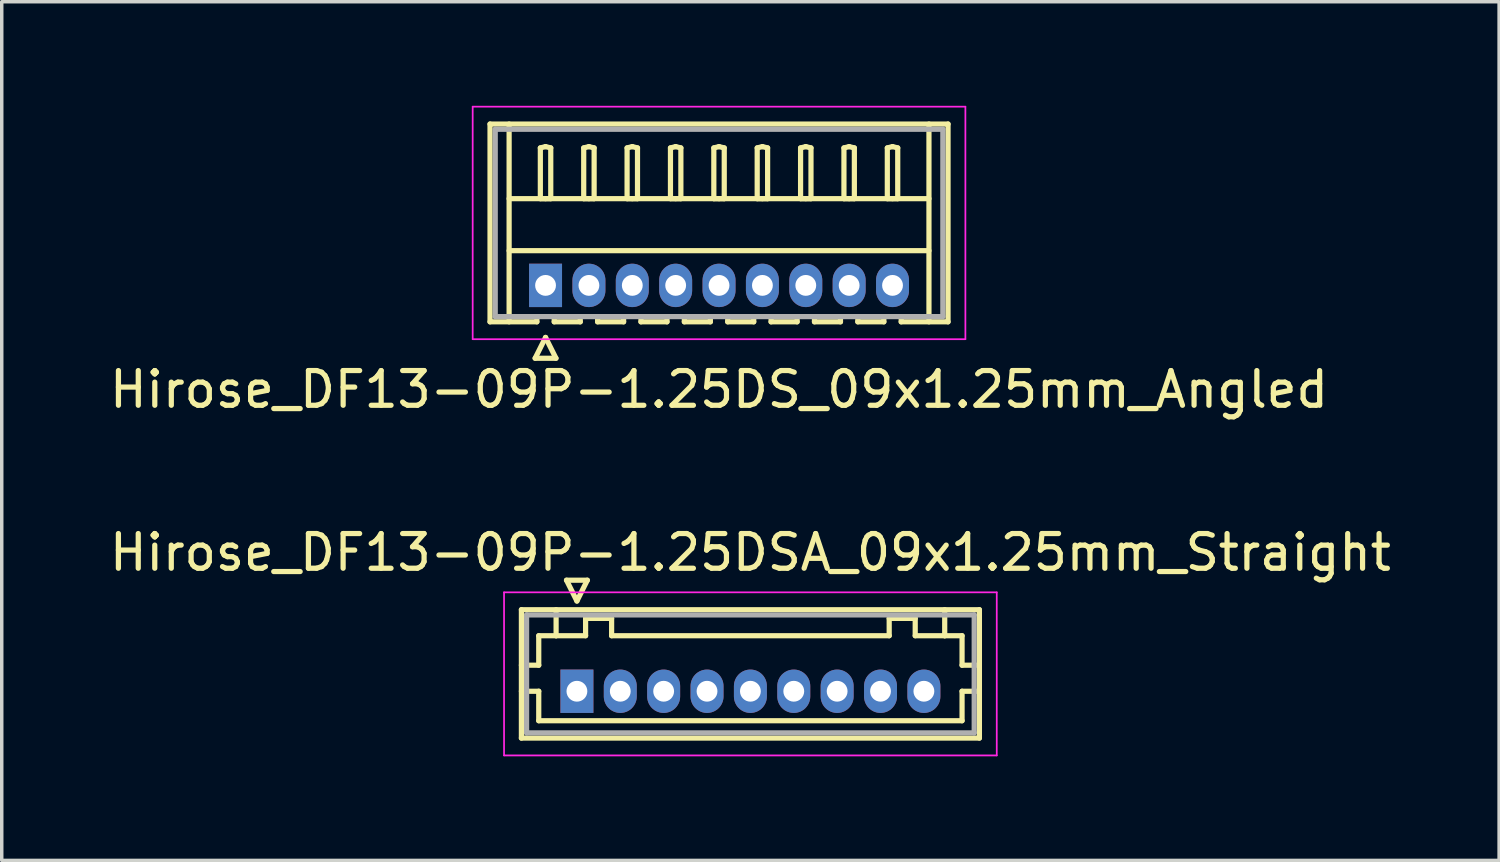
<source format=kicad_pcb>
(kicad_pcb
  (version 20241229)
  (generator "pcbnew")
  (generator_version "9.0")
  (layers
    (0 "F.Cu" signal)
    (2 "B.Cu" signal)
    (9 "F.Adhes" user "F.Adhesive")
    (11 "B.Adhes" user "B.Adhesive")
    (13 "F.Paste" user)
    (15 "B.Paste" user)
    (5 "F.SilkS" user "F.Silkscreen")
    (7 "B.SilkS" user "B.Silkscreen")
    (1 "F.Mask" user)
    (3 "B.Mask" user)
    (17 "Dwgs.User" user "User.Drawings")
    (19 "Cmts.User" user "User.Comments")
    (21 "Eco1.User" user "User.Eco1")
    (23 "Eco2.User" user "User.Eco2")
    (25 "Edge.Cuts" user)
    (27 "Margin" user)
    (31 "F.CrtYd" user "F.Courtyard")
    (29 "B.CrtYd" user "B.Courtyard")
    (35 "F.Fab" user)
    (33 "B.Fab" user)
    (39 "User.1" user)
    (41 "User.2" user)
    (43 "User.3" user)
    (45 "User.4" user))
  (footprint "Hirose_DF13-09P-1.25DS_09x1.25mm_Angled"
    (layer "F.Cu")
    (at 12.673 5.175)
    (property "Reference" "Hirose_DF13-09P-1.25DS_09x1.25mm_Angled" (at 5 3 0) (layer "F.SilkS") (effects (font (size 1 1) (thickness 0.15))))
    (attr through_hole)
    (fp_line (start -1.6 -4.65) (end 11.6 -4.65) (stroke (width 0.15) (type solid)) (layer "F.SilkS"))
    (fp_line (start -1.6 1.05) (end -1.6 -4.65) (stroke (width 0.15) (type solid)) (layer "F.SilkS"))
    (fp_line (start -1.05 -4.65) (end -1.05 1.05) (stroke (width 0.15) (type solid)) (layer "F.SilkS"))
    (fp_line (start -1.05 -2.5) (end 11.05 -2.5) (stroke (width 0.15) (type solid)) (layer "F.SilkS"))
    (fp_line (start -1.05 -1) (end 11.05 -1) (stroke (width 0.15) (type solid)) (layer "F.SilkS"))
    (fp_line (start -0.3 2.1) (end 0.3 2.1) (stroke (width 0.15) (type solid)) (layer "F.SilkS"))
    (fp_line (start -0.25 0.9) (end -0.25 1.05) (stroke (width 0.15) (type solid)) (layer "F.SilkS"))
    (fp_line (start -0.25 1.05) (end -1.6 1.05) (stroke (width 0.15) (type solid)) (layer "F.SilkS"))
    (fp_line (start -0.15 -3.962) (end 0 -4) (stroke (width 0.15) (type solid)) (layer "F.SilkS"))
    (fp_line (start -0.15 -2.5) (end -0.15 -3.962) (stroke (width 0.15) (type solid)) (layer "F.SilkS"))
    (fp_line (start 0 -4) (end 0.15 -3.962) (stroke (width 0.15) (type solid)) (layer "F.SilkS"))
    (fp_line (start 0 -2.5) (end -0.15 -2.5) (stroke (width 0.15) (type solid)) (layer "F.SilkS"))
    (fp_line (start 0 1.5) (end -0.3 2.1) (stroke (width 0.15) (type solid)) (layer "F.SilkS"))
    (fp_line (start 0.15 -3.962) (end 0.15 -2.5) (stroke (width 0.15) (type solid)) (layer "F.SilkS"))
    (fp_line (start 0.15 -2.5) (end 0 -2.5) (stroke (width 0.15) (type solid)) (layer "F.SilkS"))
    (fp_line (start 0.25 0.9) (end 0.25 1.05) (stroke (width 0.15) (type solid)) (layer "F.SilkS"))
    (fp_line (start 0.25 1.05) (end 1 1.05) (stroke (width 0.15) (type solid)) (layer "F.SilkS"))
    (fp_line (start 0.3 2.1) (end 0 1.5) (stroke (width 0.15) (type solid)) (layer "F.SilkS"))
    (fp_line (start 1 1.05) (end 1 0.9) (stroke (width 0.15) (type solid)) (layer "F.SilkS"))
    (fp_line (start 1.1 -3.962) (end 1.25 -4) (stroke (width 0.15) (type solid)) (layer "F.SilkS"))
    (fp_line (start 1.1 -2.5) (end 1.1 -3.962) (stroke (width 0.15) (type solid)) (layer "F.SilkS"))
    (fp_line (start 1.25 -4) (end 1.4 -3.962) (stroke (width 0.15) (type solid)) (layer "F.SilkS"))
    (fp_line (start 1.25 -2.5) (end 1.1 -2.5) (stroke (width 0.15) (type solid)) (layer "F.SilkS"))
    (fp_line (start 1.4 -3.962) (end 1.4 -2.5) (stroke (width 0.15) (type solid)) (layer "F.SilkS"))
    (fp_line (start 1.4 -2.5) (end 1.25 -2.5) (stroke (width 0.15) (type solid)) (layer "F.SilkS"))
    (fp_line (start 1.5 0.9) (end 1.5 1.05) (stroke (width 0.15) (type solid)) (layer "F.SilkS"))
    (fp_line (start 1.5 1.05) (end 2.25 1.05) (stroke (width 0.15) (type solid)) (layer "F.SilkS"))
    (fp_line (start 2.25 1.05) (end 2.25 0.9) (stroke (width 0.15) (type solid)) (layer "F.SilkS"))
    (fp_line (start 2.35 -3.962) (end 2.5 -4) (stroke (width 0.15) (type solid)) (layer "F.SilkS"))
    (fp_line (start 2.35 -2.5) (end 2.35 -3.962) (stroke (width 0.15) (type solid)) (layer "F.SilkS"))
    (fp_line (start 2.5 -4) (end 2.65 -3.962) (stroke (width 0.15) (type solid)) (layer "F.SilkS"))
    (fp_line (start 2.5 -2.5) (end 2.35 -2.5) (stroke (width 0.15) (type solid)) (layer "F.SilkS"))
    (fp_line (start 2.65 -3.962) (end 2.65 -2.5) (stroke (width 0.15) (type solid)) (layer "F.SilkS"))
    (fp_line (start 2.65 -2.5) (end 2.5 -2.5) (stroke (width 0.15) (type solid)) (layer "F.SilkS"))
    (fp_line (start 2.75 0.9) (end 2.75 1.05) (stroke (width 0.15) (type solid)) (layer "F.SilkS"))
    (fp_line (start 2.75 1.05) (end 3.5 1.05) (stroke (width 0.15) (type solid)) (layer "F.SilkS"))
    (fp_line (start 3.5 1.05) (end 3.5 0.9) (stroke (width 0.15) (type solid)) (layer "F.SilkS"))
    (fp_line (start 3.6 -3.962) (end 3.75 -4) (stroke (width 0.15) (type solid)) (layer "F.SilkS"))
    (fp_line (start 3.6 -2.5) (end 3.6 -3.962) (stroke (width 0.15) (type solid)) (layer "F.SilkS"))
    (fp_line (start 3.75 -4) (end 3.9 -3.962) (stroke (width 0.15) (type solid)) (layer "F.SilkS"))
    (fp_line (start 3.75 -2.5) (end 3.6 -2.5) (stroke (width 0.15) (type solid)) (layer "F.SilkS"))
    (fp_line (start 3.9 -3.962) (end 3.9 -2.5) (stroke (width 0.15) (type solid)) (layer "F.SilkS"))
    (fp_line (start 3.9 -2.5) (end 3.75 -2.5) (stroke (width 0.15) (type solid)) (layer "F.SilkS"))
    (fp_line (start 4 0.9) (end 4 1.05) (stroke (width 0.15) (type solid)) (layer "F.SilkS"))
    (fp_line (start 4 1.05) (end 4.75 1.05) (stroke (width 0.15) (type solid)) (layer "F.SilkS"))
    (fp_line (start 4.75 1.05) (end 4.75 0.9) (stroke (width 0.15) (type solid)) (layer "F.SilkS"))
    (fp_line (start 4.85 -3.962) (end 5 -4) (stroke (width 0.15) (type solid)) (layer "F.SilkS"))
    (fp_line (start 4.85 -2.5) (end 4.85 -3.962) (stroke (width 0.15) (type solid)) (layer "F.SilkS"))
    (fp_line (start 5 -4) (end 5.15 -3.962) (stroke (width 0.15) (type solid)) (layer "F.SilkS"))
    (fp_line (start 5 -2.5) (end 4.85 -2.5) (stroke (width 0.15) (type solid)) (layer "F.SilkS"))
    (fp_line (start 5.15 -3.962) (end 5.15 -2.5) (stroke (width 0.15) (type solid)) (layer "F.SilkS"))
    (fp_line (start 5.15 -2.5) (end 5 -2.5) (stroke (width 0.15) (type solid)) (layer "F.SilkS"))
    (fp_line (start 5.25 0.9) (end 5.25 1.05) (stroke (width 0.15) (type solid)) (layer "F.SilkS"))
    (fp_line (start 5.25 1.05) (end 6 1.05) (stroke (width 0.15) (type solid)) (layer "F.SilkS"))
    (fp_line (start 6 1.05) (end 6 0.9) (stroke (width 0.15) (type solid)) (layer "F.SilkS"))
    (fp_line (start 6.1 -3.962) (end 6.25 -4) (stroke (width 0.15) (type solid)) (layer "F.SilkS"))
    (fp_line (start 6.1 -2.5) (end 6.1 -3.962) (stroke (width 0.15) (type solid)) (layer "F.SilkS"))
    (fp_line (start 6.25 -4) (end 6.4 -3.962) (stroke (width 0.15) (type solid)) (layer "F.SilkS"))
    (fp_line (start 6.25 -2.5) (end 6.1 -2.5) (stroke (width 0.15) (type solid)) (layer "F.SilkS"))
    (fp_line (start 6.4 -3.962) (end 6.4 -2.5) (stroke (width 0.15) (type solid)) (layer "F.SilkS"))
    (fp_line (start 6.4 -2.5) (end 6.25 -2.5) (stroke (width 0.15) (type solid)) (layer "F.SilkS"))
    (fp_line (start 6.5 0.9) (end 6.5 1.05) (stroke (width 0.15) (type solid)) (layer "F.SilkS"))
    (fp_line (start 6.5 1.05) (end 7.25 1.05) (stroke (width 0.15) (type solid)) (layer "F.SilkS"))
    (fp_line (start 7.25 1.05) (end 7.25 0.9) (stroke (width 0.15) (type solid)) (layer "F.SilkS"))
    (fp_line (start 7.35 -3.962) (end 7.5 -4) (stroke (width 0.15) (type solid)) (layer "F.SilkS"))
    (fp_line (start 7.35 -2.5) (end 7.35 -3.962) (stroke (width 0.15) (type solid)) (layer "F.SilkS"))
    (fp_line (start 7.5 -4) (end 7.65 -3.962) (stroke (width 0.15) (type solid)) (layer "F.SilkS"))
    (fp_line (start 7.5 -2.5) (end 7.35 -2.5) (stroke (width 0.15) (type solid)) (layer "F.SilkS"))
    (fp_line (start 7.65 -3.962) (end 7.65 -2.5) (stroke (width 0.15) (type solid)) (layer "F.SilkS"))
    (fp_line (start 7.65 -2.5) (end 7.5 -2.5) (stroke (width 0.15) (type solid)) (layer "F.SilkS"))
    (fp_line (start 7.75 0.9) (end 7.75 1.05) (stroke (width 0.15) (type solid)) (layer "F.SilkS"))
    (fp_line (start 7.75 1.05) (end 8.5 1.05) (stroke (width 0.15) (type solid)) (layer "F.SilkS"))
    (fp_line (start 8.5 1.05) (end 8.5 0.9) (stroke (width 0.15) (type solid)) (layer "F.SilkS"))
    (fp_line (start 8.6 -3.962) (end 8.75 -4) (stroke (width 0.15) (type solid)) (layer "F.SilkS"))
    (fp_line (start 8.6 -2.5) (end 8.6 -3.962) (stroke (width 0.15) (type solid)) (layer "F.SilkS"))
    (fp_line (start 8.75 -4) (end 8.9 -3.962) (stroke (width 0.15) (type solid)) (layer "F.SilkS"))
    (fp_line (start 8.75 -2.5) (end 8.6 -2.5) (stroke (width 0.15) (type solid)) (layer "F.SilkS"))
    (fp_line (start 8.9 -3.962) (end 8.9 -2.5) (stroke (width 0.15) (type solid)) (layer "F.SilkS"))
    (fp_line (start 8.9 -2.5) (end 8.75 -2.5) (stroke (width 0.15) (type solid)) (layer "F.SilkS"))
    (fp_line (start 9 0.9) (end 9 1.05) (stroke (width 0.15) (type solid)) (layer "F.SilkS"))
    (fp_line (start 9 1.05) (end 9.75 1.05) (stroke (width 0.15) (type solid)) (layer "F.SilkS"))
    (fp_line (start 9.75 1.05) (end 9.75 0.9) (stroke (width 0.15) (type solid)) (layer "F.SilkS"))
    (fp_line (start 9.85 -3.962) (end 10 -4) (stroke (width 0.15) (type solid)) (layer "F.SilkS"))
    (fp_line (start 9.85 -2.5) (end 9.85 -3.962) (stroke (width 0.15) (type solid)) (layer "F.SilkS"))
    (fp_line (start 10 -4) (end 10.15 -3.962) (stroke (width 0.15) (type solid)) (layer "F.SilkS"))
    (fp_line (start 10 -2.5) (end 9.85 -2.5) (stroke (width 0.15) (type solid)) (layer "F.SilkS"))
    (fp_line (start 10.15 -3.962) (end 10.15 -2.5) (stroke (width 0.15) (type solid)) (layer "F.SilkS"))
    (fp_line (start 10.15 -2.5) (end 10 -2.5) (stroke (width 0.15) (type solid)) (layer "F.SilkS"))
    (fp_line (start 10.25 1.05) (end 10.25 0.9) (stroke (width 0.15) (type solid)) (layer "F.SilkS"))
    (fp_line (start 11.05 -4.65) (end 11.05 1.05) (stroke (width 0.15) (type solid)) (layer "F.SilkS"))
    (fp_line (start 11.6 -4.65) (end 11.6 1.05) (stroke (width 0.15) (type solid)) (layer "F.SilkS"))
    (fp_line (start 11.6 1.05) (end 10.25 1.05) (stroke (width 0.15) (type solid)) (layer "F.SilkS"))
    (fp_line (start -2.1 -5.15) (end -2.1 1.55) (stroke (width 0.05) (type solid)) (layer "F.CrtYd"))
    (fp_line (start -2.1 1.55) (end 12.1 1.55) (stroke (width 0.05) (type solid)) (layer "F.CrtYd"))
    (fp_line (start 12.1 -5.15) (end -2.1 -5.15) (stroke (width 0.05) (type solid)) (layer "F.CrtYd"))
    (fp_line (start 12.1 1.55) (end 12.1 -5.15) (stroke (width 0.05) (type solid)) (layer "F.CrtYd"))
    (fp_line (start -1.45 -4.5) (end -1.45 0.9) (stroke (width 0.15) (type solid)) (layer "F.Fab"))
    (fp_line (start -1.45 0.9) (end 11.45 0.9) (stroke (width 0.15) (type solid)) (layer "F.Fab"))
    (fp_line (start 11.45 -4.5) (end -1.45 -4.5) (stroke (width 0.15) (type solid)) (layer "F.Fab"))
    (fp_line (start 11.45 0.9) (end 11.45 -4.5) (stroke (width 0.15) (type solid)) (layer "F.Fab"))
    (pad "1" thru_hole rect (at 0 0) (size 0.95 1.25) (drill 0.6) (layers "*.Cu" "*.Mask"))
    (pad "2" thru_hole oval (at 1.25 0) (size 0.95 1.25) (drill 0.6) (layers "*.Cu" "*.Mask"))
    (pad "3" thru_hole oval (at 2.5 0) (size 0.95 1.25) (drill 0.6) (layers "*.Cu" "*.Mask"))
    (pad "4" thru_hole oval (at 3.75 0) (size 0.95 1.25) (drill 0.6) (layers "*.Cu" "*.Mask"))
    (pad "5" thru_hole oval (at 5 0) (size 0.95 1.25) (drill 0.6) (layers "*.Cu" "*.Mask"))
    (pad "6" thru_hole oval (at 6.25 0) (size 0.95 1.25) (drill 0.6) (layers "*.Cu" "*.Mask"))
    (pad "7" thru_hole oval (at 7.5 0) (size 0.95 1.25) (drill 0.6) (layers "*.Cu" "*.Mask"))
    (pad "8" thru_hole oval (at 8.75 0) (size 0.95 1.25) (drill 0.6) (layers "*.Cu" "*.Mask"))
    (pad "9" thru_hole oval (at 10 0) (size 0.95 1.25) (drill 0.6) (layers "*.Cu" "*.Mask")))
  (footprint "Hirose_DF13-09P-1.25DSA_09x1.25mm_Straight"
    (layer "F.Cu")
    (at 13.577 16.872)
    (property "Reference" "Hirose_DF13-09P-1.25DSA_09x1.25mm_Straight" (at 5 -4 0) (layer "F.SilkS") (effects (font (size 1 1) (thickness 0.15))))
    (attr through_hole)
    (fp_line (start -1.6 -2.35) (end -1.6 1.35) (stroke (width 0.15) (type solid)) (layer "F.SilkS"))
    (fp_line (start -1.6 -0.75) (end -1.1 -0.75) (stroke (width 0.15) (type solid)) (layer "F.SilkS"))
    (fp_line (start -1.6 0) (end -1.1 0) (stroke (width 0.15) (type solid)) (layer "F.SilkS"))
    (fp_line (start -1.6 1.35) (end 11.6 1.35) (stroke (width 0.15) (type solid)) (layer "F.SilkS"))
    (fp_line (start -1.1 -1.6) (end -0.6 -1.6) (stroke (width 0.15) (type solid)) (layer "F.SilkS"))
    (fp_line (start -1.1 -0.75) (end -1.1 -1.6) (stroke (width 0.15) (type solid)) (layer "F.SilkS"))
    (fp_line (start -1.1 0) (end -1.1 0.85) (stroke (width 0.15) (type solid)) (layer "F.SilkS"))
    (fp_line (start -1.1 0.85) (end 11.1 0.85) (stroke (width 0.15) (type solid)) (layer "F.SilkS"))
    (fp_line (start -0.6 -1.6) (end -0.6 -2.35) (stroke (width 0.15) (type solid)) (layer "F.SilkS"))
    (fp_line (start -0.6 -1.6) (end 0.25 -1.6) (stroke (width 0.15) (type solid)) (layer "F.SilkS"))
    (fp_line (start -0.3 -3.2) (end 0.3 -3.2) (stroke (width 0.15) (type solid)) (layer "F.SilkS"))
    (fp_line (start 0 -2.6) (end -0.3 -3.2) (stroke (width 0.15) (type solid)) (layer "F.SilkS"))
    (fp_line (start 0.25 -2.1) (end 1 -2.1) (stroke (width 0.15) (type solid)) (layer "F.SilkS"))
    (fp_line (start 0.25 -1.6) (end 0.25 -2.1) (stroke (width 0.15) (type solid)) (layer "F.SilkS"))
    (fp_line (start 0.3 -3.2) (end 0 -2.6) (stroke (width 0.15) (type solid)) (layer "F.SilkS"))
    (fp_line (start 1 -2.1) (end 1 -1.6) (stroke (width 0.15) (type solid)) (layer "F.SilkS"))
    (fp_line (start 1 -1.6) (end 9 -1.6) (stroke (width 0.15) (type solid)) (layer "F.SilkS"))
    (fp_line (start 9 -2.1) (end 9.75 -2.1) (stroke (width 0.15) (type solid)) (layer "F.SilkS"))
    (fp_line (start 9 -1.6) (end 9 -2.1) (stroke (width 0.15) (type solid)) (layer "F.SilkS"))
    (fp_line (start 9.75 -2.1) (end 9.75 -1.6) (stroke (width 0.15) (type solid)) (layer "F.SilkS"))
    (fp_line (start 9.75 -1.6) (end 10.6 -1.6) (stroke (width 0.15) (type solid)) (layer "F.SilkS"))
    (fp_line (start 10.6 -1.6) (end 10.6 -2.35) (stroke (width 0.15) (type solid)) (layer "F.SilkS"))
    (fp_line (start 11.1 -1.6) (end 10.6 -1.6) (stroke (width 0.15) (type solid)) (layer "F.SilkS"))
    (fp_line (start 11.1 -0.75) (end 11.1 -1.6) (stroke (width 0.15) (type solid)) (layer "F.SilkS"))
    (fp_line (start 11.1 0) (end 11.6 0) (stroke (width 0.15) (type solid)) (layer "F.SilkS"))
    (fp_line (start 11.1 0.85) (end 11.1 0) (stroke (width 0.15) (type solid)) (layer "F.SilkS"))
    (fp_line (start 11.6 -2.35) (end -1.6 -2.35) (stroke (width 0.15) (type solid)) (layer "F.SilkS"))
    (fp_line (start 11.6 -0.75) (end 11.1 -0.75) (stroke (width 0.15) (type solid)) (layer "F.SilkS"))
    (fp_line (start 11.6 1.35) (end 11.6 -2.35) (stroke (width 0.15) (type solid)) (layer "F.SilkS"))
    (fp_line (start -2.1 -2.85) (end -2.1 1.85) (stroke (width 0.05) (type solid)) (layer "F.CrtYd"))
    (fp_line (start -2.1 1.85) (end 12.1 1.85) (stroke (width 0.05) (type solid)) (layer "F.CrtYd"))
    (fp_line (start 12.1 -2.85) (end -2.1 -2.85) (stroke (width 0.05) (type solid)) (layer "F.CrtYd"))
    (fp_line (start 12.1 1.85) (end 12.1 -2.85) (stroke (width 0.05) (type solid)) (layer "F.CrtYd"))
    (fp_line (start -1.45 -2.2) (end -1.45 1.2) (stroke (width 0.15) (type solid)) (layer "F.Fab"))
    (fp_line (start -1.45 1.2) (end 11.45 1.2) (stroke (width 0.15) (type solid)) (layer "F.Fab"))
    (fp_line (start 11.45 -2.2) (end -1.45 -2.2) (stroke (width 0.15) (type solid)) (layer "F.Fab"))
    (fp_line (start 11.45 1.2) (end 11.45 -2.2) (stroke (width 0.15) (type solid)) (layer "F.Fab"))
    (pad "1" thru_hole rect (at 0 0) (size 0.95 1.25) (drill 0.6) (layers "*.Cu" "*.Mask"))
    (pad "2" thru_hole oval (at 1.25 0) (size 0.95 1.25) (drill 0.6) (layers "*.Cu" "*.Mask"))
    (pad "3" thru_hole oval (at 2.5 0) (size 0.95 1.25) (drill 0.6) (layers "*.Cu" "*.Mask"))
    (pad "4" thru_hole oval (at 3.75 0) (size 0.95 1.25) (drill 0.6) (layers "*.Cu" "*.Mask"))
    (pad "5" thru_hole oval (at 5 0) (size 0.95 1.25) (drill 0.6) (layers "*.Cu" "*.Mask"))
    (pad "6" thru_hole oval (at 6.25 0) (size 0.95 1.25) (drill 0.6) (layers "*.Cu" "*.Mask"))
    (pad "7" thru_hole oval (at 7.5 0) (size 0.95 1.25) (drill 0.6) (layers "*.Cu" "*.Mask"))
    (pad "8" thru_hole oval (at 8.75 0) (size 0.95 1.25) (drill 0.6) (layers "*.Cu" "*.Mask"))
    (pad "9" thru_hole oval (at 10 0) (size 0.95 1.25) (drill 0.6) (layers "*.Cu" "*.Mask")))
  (gr_rect
    (start -3 -3)
    (end 40.155 21.747)
    (stroke (width 0.1) (type default))
    (fill no)
    (layer "Edge.Cuts")))
</source>
